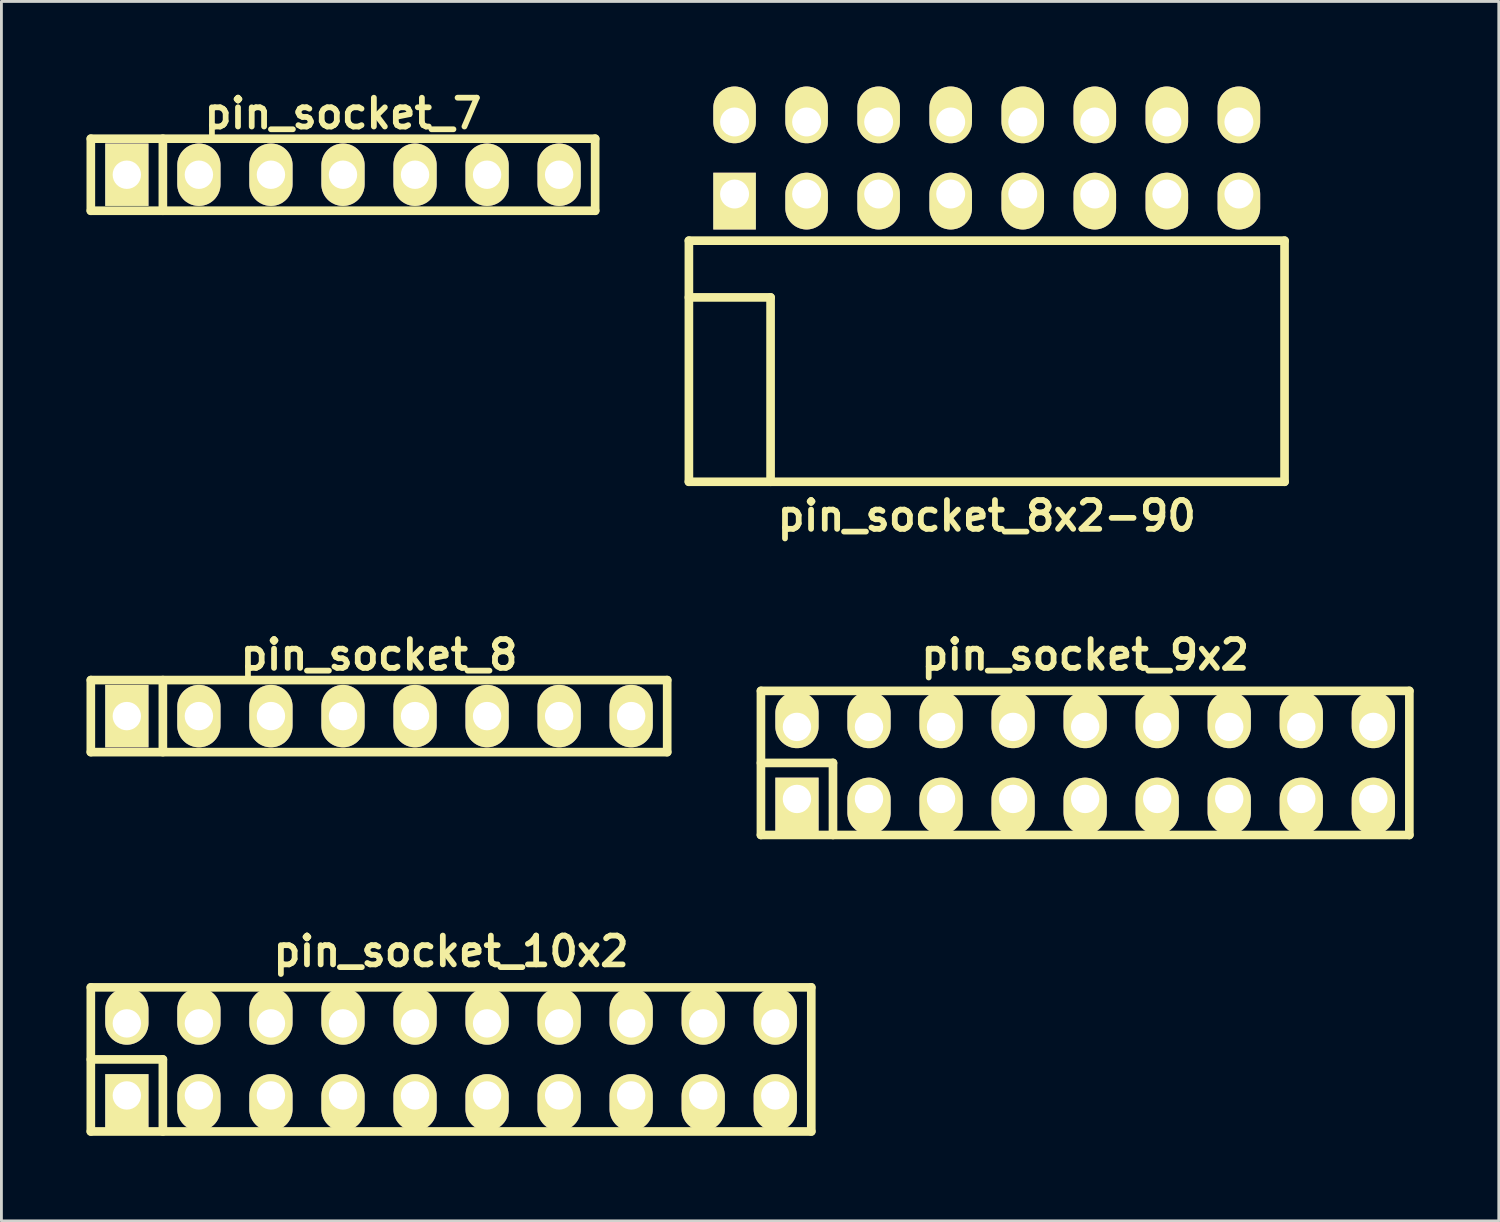
<source format=kicad_pcb>
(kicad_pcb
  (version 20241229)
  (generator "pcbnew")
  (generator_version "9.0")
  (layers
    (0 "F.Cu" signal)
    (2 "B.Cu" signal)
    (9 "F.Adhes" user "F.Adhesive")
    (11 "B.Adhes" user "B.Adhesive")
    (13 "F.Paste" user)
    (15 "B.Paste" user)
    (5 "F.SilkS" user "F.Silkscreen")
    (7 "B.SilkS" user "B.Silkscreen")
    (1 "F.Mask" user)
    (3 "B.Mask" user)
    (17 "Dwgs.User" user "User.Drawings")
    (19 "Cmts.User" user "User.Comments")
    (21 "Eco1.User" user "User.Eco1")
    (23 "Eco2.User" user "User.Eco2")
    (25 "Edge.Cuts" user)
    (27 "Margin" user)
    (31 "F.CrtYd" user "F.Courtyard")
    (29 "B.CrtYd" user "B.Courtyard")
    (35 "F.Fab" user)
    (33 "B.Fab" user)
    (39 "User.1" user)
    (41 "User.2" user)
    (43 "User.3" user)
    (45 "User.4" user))
  (footprint "pin_socket_9x2"
    (layer "F.Cu")
    (at 35.207 23.847)
    (property "Reference" "pin_socket_9x2" (at 0 -3.81 0) (layer "F.SilkS") (effects (font (size 1.016 1.016) (thickness 0.203))))
    (attr through_hole)
    (fp_line (start -11.43 -2.54) (end -11.43 2.54) (stroke (width 0.305) (type solid)) (layer "F.SilkS"))
    (fp_line (start -11.43 -2.54) (end 11.43 -2.54) (stroke (width 0.305) (type solid)) (layer "F.SilkS"))
    (fp_line (start -11.43 0) (end -8.89 0) (stroke (width 0.305) (type solid)) (layer "F.SilkS"))
    (fp_line (start -8.89 0) (end -8.89 2.54) (stroke (width 0.305) (type solid)) (layer "F.SilkS"))
    (fp_line (start 11.43 -2.54) (end 11.43 2.54) (stroke (width 0.305) (type solid)) (layer "F.SilkS"))
    (fp_line (start 11.43 2.54) (end -11.43 2.54) (stroke (width 0.305) (type solid)) (layer "F.SilkS"))
    (pad "1" thru_hole rect (at -10.16 1.27) (size 1.524 1.999) (drill 1.001 (offset 0 0.249)) (layers "*.Cu" "*.Mask" "F.SilkS"))
    (pad "2" thru_hole oval (at -10.16 -1.27) (size 1.524 1.999) (drill 1.001 (offset 0 -0.249)) (layers "*.Cu" "*.Mask" "F.SilkS"))
    (pad "3" thru_hole oval (at -7.62 1.27) (size 1.524 1.999) (drill 1.001 (offset 0 0.249)) (layers "*.Cu" "*.Mask" "F.SilkS"))
    (pad "4" thru_hole oval (at -7.62 -1.27) (size 1.524 1.999) (drill 1.001 (offset 0 -0.249)) (layers "*.Cu" "*.Mask" "F.SilkS"))
    (pad "5" thru_hole oval (at -5.08 1.27) (size 1.524 1.999) (drill 1.001 (offset 0 0.249)) (layers "*.Cu" "*.Mask" "F.SilkS"))
    (pad "6" thru_hole oval (at -5.08 -1.27) (size 1.524 1.999) (drill 1.001 (offset 0 -0.249)) (layers "*.Cu" "*.Mask" "F.SilkS"))
    (pad "7" thru_hole oval (at -2.54 1.27) (size 1.524 1.999) (drill 1.001 (offset 0 0.249)) (layers "*.Cu" "*.Mask" "F.SilkS"))
    (pad "8" thru_hole oval (at -2.54 -1.27) (size 1.524 1.999) (drill 1.001 (offset 0 -0.249)) (layers "*.Cu" "*.Mask" "F.SilkS"))
    (pad "9" thru_hole oval (at 0 1.27) (size 1.524 1.999) (drill 1.001 (offset 0 0.249)) (layers "*.Cu" "*.Mask" "F.SilkS"))
    (pad "10" thru_hole oval (at 0 -1.27) (size 1.524 1.999) (drill 1.001 (offset 0 -0.249)) (layers "*.Cu" "*.Mask" "F.SilkS"))
    (pad "11" thru_hole oval (at 2.54 1.27) (size 1.524 1.999) (drill 1.001 (offset 0 0.249)) (layers "*.Cu" "*.Mask" "F.SilkS"))
    (pad "12" thru_hole oval (at 2.54 -1.27) (size 1.524 1.999) (drill 1.001 (offset 0 -0.249)) (layers "*.Cu" "*.Mask" "F.SilkS"))
    (pad "13" thru_hole oval (at 5.08 1.27) (size 1.524 1.999) (drill 1.001 (offset 0 0.249)) (layers "*.Cu" "*.Mask" "F.SilkS"))
    (pad "14" thru_hole oval (at 5.08 -1.27) (size 1.524 1.999) (drill 1.001 (offset 0 -0.249)) (layers "*.Cu" "*.Mask" "F.SilkS"))
    (pad "15" thru_hole oval (at 7.62 1.27) (size 1.524 1.999) (drill 1.001 (offset 0 0.249)) (layers "*.Cu" "*.Mask" "F.SilkS"))
    (pad "16" thru_hole oval (at 7.62 -1.27) (size 1.524 1.999) (drill 1.001 (offset 0 -0.249)) (layers "*.Cu" "*.Mask" "F.SilkS"))
    (pad "17" thru_hole oval (at 10.16 1.27) (size 1.524 1.999) (drill 1.001 (offset 0 0.249)) (layers "*.Cu" "*.Mask" "F.SilkS"))
    (pad "18" thru_hole oval (at 10.16 -1.27) (size 1.524 1.999) (drill 1.001 (offset 0 -0.249)) (layers "*.Cu" "*.Mask" "F.SilkS")))
  (footprint "pin_socket_10x2"
    (layer "F.Cu")
    (at 12.852 34.3)
    (property "Reference" "pin_socket_10x2" (at 0 -3.81 0) (layer "F.SilkS") (effects (font (size 1.016 1.016) (thickness 0.203))))
    (attr through_hole)
    (fp_line (start -12.7 -2.54) (end -12.7 2.54) (stroke (width 0.305) (type solid)) (layer "F.SilkS"))
    (fp_line (start -12.7 0) (end -10.16 0) (stroke (width 0.305) (type solid)) (layer "F.SilkS"))
    (fp_line (start -12.7 2.54) (end 12.7 2.54) (stroke (width 0.305) (type solid)) (layer "F.SilkS"))
    (fp_line (start -10.16 0) (end -10.16 2.54) (stroke (width 0.305) (type solid)) (layer "F.SilkS"))
    (fp_line (start 12.7 -2.54) (end -12.7 -2.54) (stroke (width 0.305) (type solid)) (layer "F.SilkS"))
    (fp_line (start 12.7 2.54) (end 12.7 -2.54) (stroke (width 0.305) (type solid)) (layer "F.SilkS"))
    (pad "1" thru_hole rect (at -11.43 1.27) (size 1.524 1.999) (drill 1.001 (offset 0 0.249)) (layers "*.Cu" "*.Mask" "F.SilkS"))
    (pad "2" thru_hole oval (at -11.43 -1.27) (size 1.524 1.999) (drill 1.001 (offset 0 -0.249)) (layers "*.Cu" "*.Mask" "F.SilkS"))
    (pad "3" thru_hole oval (at -8.89 1.27) (size 1.524 1.999) (drill 1.001 (offset 0 0.249)) (layers "*.Cu" "*.Mask" "F.SilkS"))
    (pad "4" thru_hole oval (at -8.89 -1.27) (size 1.524 1.999) (drill 1.001 (offset 0 -0.249)) (layers "*.Cu" "*.Mask" "F.SilkS"))
    (pad "5" thru_hole oval (at -6.35 1.27) (size 1.524 1.999) (drill 1.001 (offset 0 0.249)) (layers "*.Cu" "*.Mask" "F.SilkS"))
    (pad "6" thru_hole oval (at -6.35 -1.27) (size 1.524 1.999) (drill 1.001 (offset 0 -0.249)) (layers "*.Cu" "*.Mask" "F.SilkS"))
    (pad "7" thru_hole oval (at -3.81 1.27) (size 1.524 1.999) (drill 1.001 (offset 0 0.249)) (layers "*.Cu" "*.Mask" "F.SilkS"))
    (pad "8" thru_hole oval (at -3.81 -1.27) (size 1.524 1.999) (drill 1.001 (offset 0 -0.249)) (layers "*.Cu" "*.Mask" "F.SilkS"))
    (pad "9" thru_hole oval (at -1.27 1.27) (size 1.524 1.999) (drill 1.001 (offset 0 0.249)) (layers "*.Cu" "*.Mask" "F.SilkS"))
    (pad "10" thru_hole oval (at -1.27 -1.27) (size 1.524 1.999) (drill 1.001 (offset 0 -0.249)) (layers "*.Cu" "*.Mask" "F.SilkS"))
    (pad "11" thru_hole oval (at 1.27 1.27) (size 1.524 1.999) (drill 1.001 (offset 0 0.249)) (layers "*.Cu" "*.Mask" "F.SilkS"))
    (pad "12" thru_hole oval (at 1.27 -1.27) (size 1.524 1.999) (drill 1.001 (offset 0 -0.249)) (layers "*.Cu" "*.Mask" "F.SilkS"))
    (pad "13" thru_hole oval (at 3.81 1.27) (size 1.524 1.999) (drill 1.001 (offset 0 0.249)) (layers "*.Cu" "*.Mask" "F.SilkS"))
    (pad "14" thru_hole oval (at 3.81 -1.27) (size 1.524 1.999) (drill 1.001 (offset 0 -0.249)) (layers "*.Cu" "*.Mask" "F.SilkS"))
    (pad "15" thru_hole oval (at 6.35 1.27) (size 1.524 1.999) (drill 1.001 (offset 0 0.249)) (layers "*.Cu" "*.Mask" "F.SilkS"))
    (pad "16" thru_hole oval (at 6.35 -1.27) (size 1.524 1.999) (drill 1.001 (offset 0 -0.249)) (layers "*.Cu" "*.Mask" "F.SilkS"))
    (pad "17" thru_hole oval (at 8.89 1.27) (size 1.524 1.999) (drill 1.001 (offset 0 0.249)) (layers "*.Cu" "*.Mask" "F.SilkS"))
    (pad "18" thru_hole oval (at 8.89 -1.27) (size 1.524 1.999) (drill 1.001 (offset 0 -0.249)) (layers "*.Cu" "*.Mask" "F.SilkS"))
    (pad "19" thru_hole oval (at 11.43 1.27) (size 1.524 1.999) (drill 1.001 (offset 0 0.249)) (layers "*.Cu" "*.Mask" "F.SilkS"))
    (pad "20" thru_hole oval (at 11.43 -1.27) (size 1.524 1.999) (drill 1.001 (offset 0 -0.249)) (layers "*.Cu" "*.Mask" "F.SilkS")))
  (footprint "pin_socket_7"
    (layer "F.Cu")
    (at 9.042 3.11)
    (property "Reference" "pin_socket_7" (at 0 -2.159 0) (layer "F.SilkS") (effects (font (size 1.016 1.016) (thickness 0.203))))
    (attr through_hole)
    (fp_line (start -8.89 1.27) (end -8.89 -1.27) (stroke (width 0.305) (type solid)) (layer "F.SilkS"))
    (fp_line (start -8.89 1.27) (end 8.89 1.27) (stroke (width 0.305) (type solid)) (layer "F.SilkS"))
    (fp_line (start -6.35 -1.27) (end -6.35 1.27) (stroke (width 0.305) (type solid)) (layer "F.SilkS"))
    (fp_line (start 8.89 -1.27) (end -8.89 -1.27) (stroke (width 0.305) (type solid)) (layer "F.SilkS"))
    (fp_line (start 8.89 -1.27) (end 8.89 1.27) (stroke (width 0.305) (type solid)) (layer "F.SilkS"))
    (pad "1" thru_hole rect (at -7.62 0) (size 1.524 2.2) (drill 1.001) (layers "*.Cu" "*.Mask" "F.SilkS"))
    (pad "2" thru_hole oval (at -5.08 0) (size 1.524 2.2) (drill 1.001) (layers "*.Cu" "*.Mask" "F.SilkS"))
    (pad "3" thru_hole oval (at -2.54 0) (size 1.524 2.2) (drill 1.001) (layers "*.Cu" "*.Mask" "F.SilkS"))
    (pad "4" thru_hole oval (at 0 0) (size 1.524 2.2) (drill 1.001) (layers "*.Cu" "*.Mask" "F.SilkS"))
    (pad "5" thru_hole oval (at 2.54 0) (size 1.524 2.2) (drill 1.001) (layers "*.Cu" "*.Mask" "F.SilkS"))
    (pad "6" thru_hole oval (at 5.08 0) (size 1.524 2.2) (drill 1.001) (layers "*.Cu" "*.Mask" "F.SilkS"))
    (pad "7" thru_hole oval (at 7.62 0) (size 1.524 2.2) (drill 1.001) (layers "*.Cu" "*.Mask" "F.SilkS")))
  (footprint "pin_socket_8"
    (layer "F.Cu")
    (at 10.312 22.196)
    (property "Reference" "pin_socket_8" (at 0 -2.159 0) (layer "F.SilkS") (effects (font (size 1.016 1.016) (thickness 0.203))))
    (attr through_hole)
    (fp_line (start -10.16 -1.27) (end 10.16 -1.27) (stroke (width 0.305) (type solid)) (layer "F.SilkS"))
    (fp_line (start -10.16 1.27) (end -10.16 -1.27) (stroke (width 0.305) (type solid)) (layer "F.SilkS"))
    (fp_line (start -7.62 -1.27) (end -7.62 1.27) (stroke (width 0.305) (type solid)) (layer "F.SilkS"))
    (fp_line (start 10.16 -1.27) (end 10.16 1.27) (stroke (width 0.305) (type solid)) (layer "F.SilkS"))
    (fp_line (start 10.16 1.27) (end -10.16 1.27) (stroke (width 0.305) (type solid)) (layer "F.SilkS"))
    (pad "1" thru_hole rect (at -8.89 0) (size 1.524 2.2) (drill 1.001) (layers "*.Cu" "*.Mask" "F.SilkS"))
    (pad "2" thru_hole oval (at -6.35 0) (size 1.524 2.2) (drill 1.001) (layers "*.Cu" "*.Mask" "F.SilkS"))
    (pad "3" thru_hole oval (at -3.81 0) (size 1.524 2.2) (drill 1.001) (layers "*.Cu" "*.Mask" "F.SilkS"))
    (pad "4" thru_hole oval (at -1.27 0) (size 1.524 2.2) (drill 1.001) (layers "*.Cu" "*.Mask" "F.SilkS"))
    (pad "5" thru_hole oval (at 1.27 0) (size 1.524 2.2) (drill 1.001) (layers "*.Cu" "*.Mask" "F.SilkS"))
    (pad "6" thru_hole oval (at 3.81 0) (size 1.524 2.2) (drill 1.001) (layers "*.Cu" "*.Mask" "F.SilkS"))
    (pad "7" thru_hole oval (at 6.35 0) (size 1.524 2.2) (drill 1.001) (layers "*.Cu" "*.Mask" "F.SilkS"))
    (pad "8" thru_hole oval (at 8.89 0) (size 1.524 2.2) (drill 1.001) (layers "*.Cu" "*.Mask" "F.SilkS")))
  (footprint "pin_socket_8x2-90"
    (layer "F.Cu")
    (at 31.737 7.435)
    (property "Reference" "pin_socket_8x2-90" (at 0 7.7 0) (layer "F.SilkS") (effects (font (size 1.016 1.016) (thickness 0.203))))
    (attr through_hole)
    (fp_line (start -10.5 -2) (end -10.5 6.5) (stroke (width 0.305) (type solid)) (layer "F.SilkS"))
    (fp_line (start -10.5 -2) (end 10.5 -2) (stroke (width 0.305) (type solid)) (layer "F.SilkS"))
    (fp_line (start -10.5 0) (end -7.62 0) (stroke (width 0.305) (type solid)) (layer "F.SilkS"))
    (fp_line (start -10.5 6.5) (end 10.5 6.5) (stroke (width 0.305) (type solid)) (layer "F.SilkS"))
    (fp_line (start -7.62 0) (end -7.62 6.5) (stroke (width 0.305) (type solid)) (layer "F.SilkS"))
    (fp_line (start 10.5 -2) (end 10.5 6.5) (stroke (width 0.305) (type solid)) (layer "F.SilkS"))
    (pad "1" thru_hole rect (at -8.89 -3.645) (size 1.5 2) (drill 1.02 (offset 0 0.25)) (layers "*.Cu" "*.Mask" "F.SilkS"))
    (pad "2" thru_hole oval (at -8.89 -6.185) (size 1.5 2) (drill 1.02 (offset 0 -0.25)) (layers "*.Cu" "*.Mask" "F.SilkS"))
    (pad "3" thru_hole oval (at -6.35 -3.645) (size 1.5 2) (drill 1.02 (offset 0 0.25)) (layers "*.Cu" "*.Mask" "F.SilkS"))
    (pad "4" thru_hole oval (at -6.35 -6.185) (size 1.5 2) (drill 1.02 (offset 0 -0.25)) (layers "*.Cu" "*.Mask" "F.SilkS"))
    (pad "5" thru_hole oval (at -3.81 -3.645) (size 1.5 2) (drill 1.02 (offset 0 0.25)) (layers "*.Cu" "*.Mask" "F.SilkS"))
    (pad "6" thru_hole oval (at -3.81 -6.185) (size 1.5 2) (drill 1.02 (offset 0 -0.25)) (layers "*.Cu" "*.Mask" "F.SilkS"))
    (pad "7" thru_hole oval (at -1.27 -3.645) (size 1.5 2) (drill 1.02 (offset 0 0.25)) (layers "*.Cu" "*.Mask" "F.SilkS"))
    (pad "8" thru_hole oval (at -1.27 -6.185) (size 1.5 2) (drill 1.02 (offset 0 -0.25)) (layers "*.Cu" "*.Mask" "F.SilkS"))
    (pad "9" thru_hole oval (at 1.27 -3.645) (size 1.5 2) (drill 1.02 (offset 0 0.25)) (layers "*.Cu" "*.Mask" "F.SilkS"))
    (pad "10" thru_hole oval (at 1.27 -6.185) (size 1.5 2) (drill 1.02 (offset 0 -0.25)) (layers "*.Cu" "*.Mask" "F.SilkS"))
    (pad "11" thru_hole oval (at 3.81 -3.645) (size 1.5 2) (drill 1.02 (offset 0 0.25)) (layers "*.Cu" "*.Mask" "F.SilkS"))
    (pad "12" thru_hole oval (at 3.81 -6.185) (size 1.5 2) (drill 1.02 (offset 0 -0.25)) (layers "*.Cu" "*.Mask" "F.SilkS"))
    (pad "13" thru_hole oval (at 6.35 -3.645) (size 1.5 2) (drill 1.02 (offset 0 0.25)) (layers "*.Cu" "*.Mask" "F.SilkS"))
    (pad "14" thru_hole oval (at 6.35 -6.185) (size 1.5 2) (drill 1.02 (offset 0 -0.25)) (layers "*.Cu" "*.Mask" "F.SilkS"))
    (pad "15" thru_hole oval (at 8.89 -3.645) (size 1.5 2) (drill 1.02 (offset 0 0.25)) (layers "*.Cu" "*.Mask" "F.SilkS"))
    (pad "16" thru_hole oval (at 8.89 -6.185) (size 1.5 2) (drill 1.02 (offset 0 -0.25)) (layers "*.Cu" "*.Mask" "F.SilkS")))
  (gr_rect
    (start -3 -3)
    (end 49.79 39.993)
    (stroke (width 0.1) (type default))
    (fill no)
    (layer "Edge.Cuts")))
</source>
